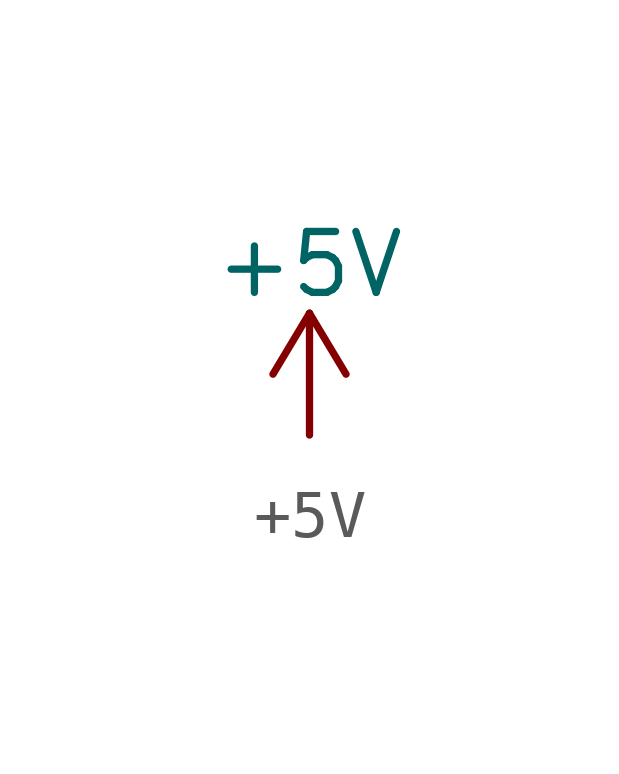
<source format=kicad_sym>
(kicad_symbol_lib
  (version 20211014)
  (generator kicad_symbol_editor)
  (symbol "+5V"
    (power)
    (pin_names
      (offset 0))
    (property "Reference" "#PWR"
      (at 4.826 -1.524 0)
      (effects (font (size 1.27 1.27)) hide))
    (property "Value" "+5V"
      (at 0 3.556 0)
      (effects (font (size 1.27 1.27))))
    (symbol "+5V_0_1"
      (polyline (pts (xy -0.762 1.27) (xy 0 2.54)) (stroke (width 0) (type default) (color 0 0 0 0)) (fill (type none)))
      (polyline (pts (xy 0 0) (xy 0 2.54)) (stroke (width 0) (type default) (color 0 0 0 0)) (fill (type none)))
      (polyline (pts (xy 0 2.54) (xy 0.762 1.27)) (stroke (width 0) (type default) (color 0 0 0 0)) (fill (type none))))
    (symbol "+5V_1_1"
      (pin power_in line (at 0 0 90) (length 0) hide (name "+3V3" (effects (font (size 1.27 1.27)))) (number "1" (effects (font (size 1.27 1.27))))))))
</source>
